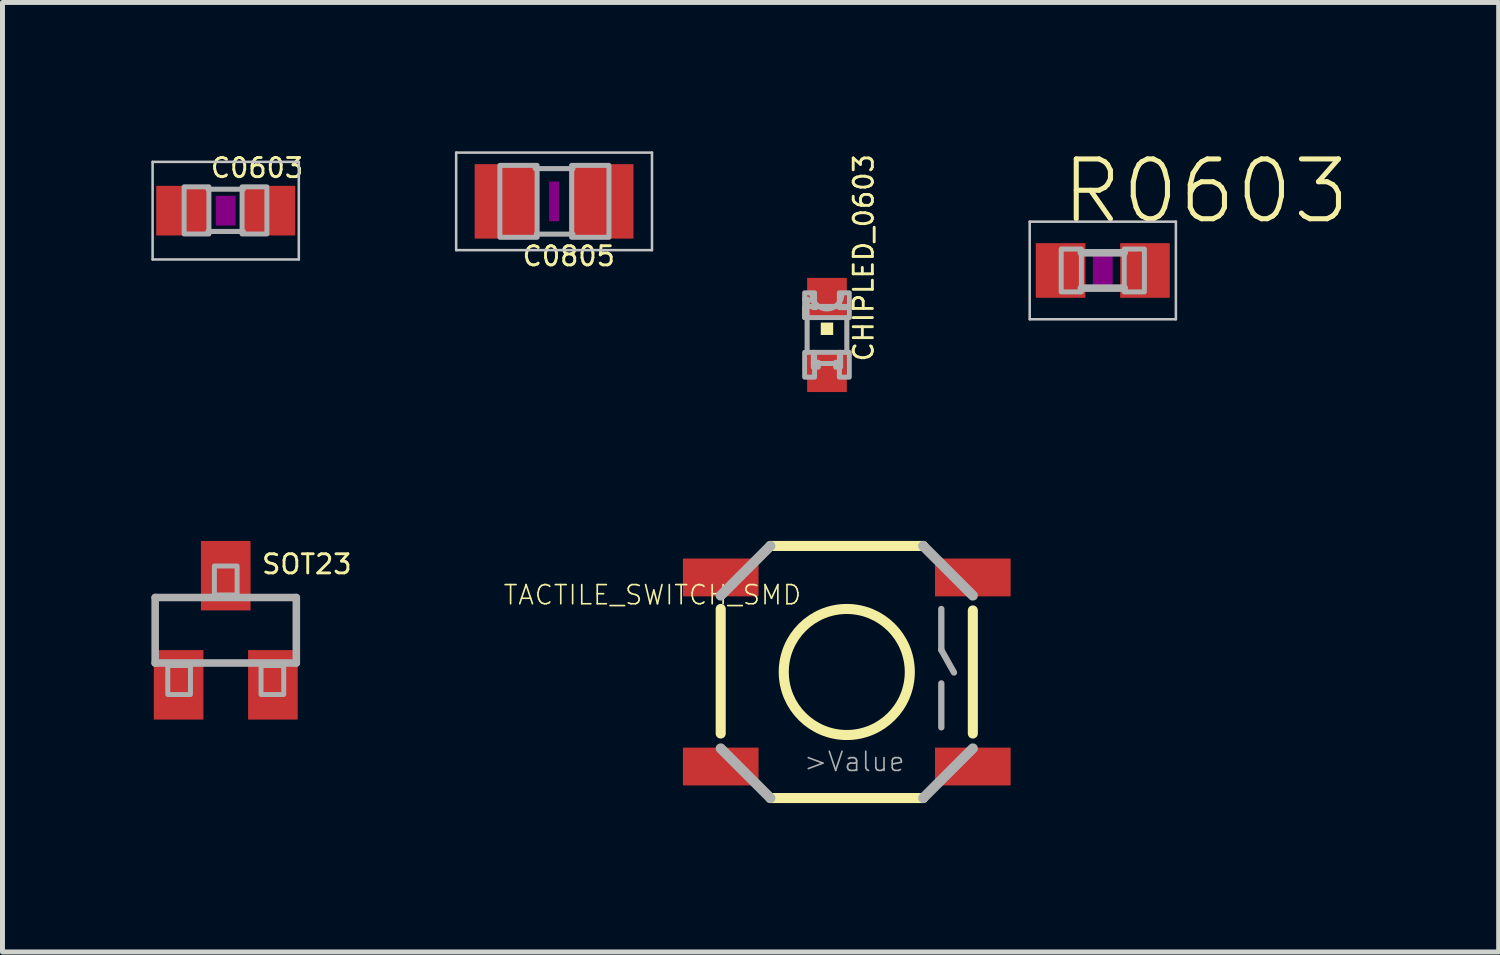
<source format=kicad_pcb>
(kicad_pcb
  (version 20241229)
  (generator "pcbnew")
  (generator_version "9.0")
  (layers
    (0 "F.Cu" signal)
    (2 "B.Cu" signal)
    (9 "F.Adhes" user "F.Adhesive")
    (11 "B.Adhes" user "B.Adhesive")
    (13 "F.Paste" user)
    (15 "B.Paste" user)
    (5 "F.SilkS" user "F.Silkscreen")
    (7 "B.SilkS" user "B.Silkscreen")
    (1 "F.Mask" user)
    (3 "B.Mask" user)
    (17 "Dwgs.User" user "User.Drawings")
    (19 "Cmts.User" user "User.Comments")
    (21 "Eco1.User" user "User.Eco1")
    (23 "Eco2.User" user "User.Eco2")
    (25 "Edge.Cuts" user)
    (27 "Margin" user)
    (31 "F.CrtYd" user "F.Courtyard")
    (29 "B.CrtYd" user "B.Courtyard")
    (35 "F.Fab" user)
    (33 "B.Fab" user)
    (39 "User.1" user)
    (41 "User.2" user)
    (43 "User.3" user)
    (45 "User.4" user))
  (footprint "C0603"
    (layer "F.Cu")
    (at 1.498 1.195)
    (property "Reference" "C0603" (at -0.335 -0.635 0) (layer "F.SilkS") (effects (font (size 0.386 0.386) (thickness 0.058)) (justify left bottom)))
    (attr through_hole)
    (fp_poly (pts (xy -0.2 0.3) (xy 0.2 0.3) (xy 0.2 -0.3) (xy -0.2 -0.3)) (stroke (width 0) (type solid)) (fill yes) (layer "F.Adhes"))
    (fp_line (start -1.473 -0.983) (end 1.473 -0.983) (stroke (width 0.051) (type solid)) (layer "Dwgs.User"))
    (fp_line (start -1.473 0.983) (end -1.473 -0.983) (stroke (width 0.051) (type solid)) (layer "Dwgs.User"))
    (fp_line (start 1.473 -0.983) (end 1.473 0.983) (stroke (width 0.051) (type solid)) (layer "Dwgs.User"))
    (fp_line (start 1.473 0.983) (end -1.473 0.983) (stroke (width 0.051) (type solid)) (layer "Dwgs.User"))
    (fp_line (start -0.356 -0.432) (end 0.356 -0.432) (stroke (width 0.102) (type solid)) (layer "F.Fab"))
    (fp_line (start -0.356 0.419) (end 0.356 0.419) (stroke (width 0.102) (type solid)) (layer "F.Fab"))
    (fp_poly (pts (xy -0.838 0.47) (xy -0.338 0.47) (xy -0.338 -0.48) (xy -0.838 -0.48)) (stroke (width 0.1) (type solid)) (fill no) (layer "F.Fab"))
    (fp_poly (pts (xy 0.33 0.47) (xy 0.83 0.47) (xy 0.83 -0.48) (xy 0.33 -0.48)) (stroke (width 0.1) (type solid)) (fill no) (layer "F.Fab"))
    (pad "1" smd rect (at -0.85 0) (size 1.1 1) (layers "F.Cu" "F.Mask" "F.Paste"))
    (pad "2" smd rect (at 0.85 0) (size 1.1 1) (layers "F.Cu" "F.Mask" "F.Paste")))
  (footprint "R0603"
    (layer "F.Cu")
    (at 19.172 2.4)
    (property "Reference" "R0603" (at -0.889 -0.889 0) (layer "F.SilkS") (effects (font (size 1.206 1.206) (thickness 0.102)) (justify left bottom)))
    (attr through_hole)
    (fp_poly (pts (xy -0.2 0.4) (xy 0.2 0.4) (xy 0.2 -0.4) (xy -0.2 -0.4)) (stroke (width 0) (type solid)) (fill yes) (layer "F.Adhes"))
    (fp_line (start -1.473 -0.983) (end 1.473 -0.983) (stroke (width 0.051) (type solid)) (layer "Dwgs.User"))
    (fp_line (start -1.473 0.983) (end -1.473 -0.983) (stroke (width 0.051) (type solid)) (layer "Dwgs.User"))
    (fp_line (start 1.473 -0.983) (end 1.473 0.983) (stroke (width 0.051) (type solid)) (layer "Dwgs.User"))
    (fp_line (start 1.473 0.983) (end -1.473 0.983) (stroke (width 0.051) (type solid)) (layer "Dwgs.User"))
    (fp_line (start -0.432 0.356) (end 0.432 0.356) (stroke (width 0.152) (type solid)) (layer "F.Fab"))
    (fp_line (start 0.432 -0.356) (end -0.432 -0.356) (stroke (width 0.152) (type solid)) (layer "F.Fab"))
    (fp_poly (pts (xy -0.838 0.432) (xy -0.432 0.432) (xy -0.432 -0.432) (xy -0.838 -0.432)) (stroke (width 0.1) (type solid)) (fill no) (layer "F.Fab"))
    (fp_poly (pts (xy 0.432 0.432) (xy 0.838 0.432) (xy 0.838 -0.432) (xy 0.432 -0.432)) (stroke (width 0.1) (type solid)) (fill no) (layer "F.Fab"))
    (pad "1" smd rect (at -0.85 0) (size 1 1.1) (layers "F.Cu" "F.Mask" "F.Paste"))
    (pad "2" smd rect (at 0.85 0) (size 1 1.1) (layers "F.Cu" "F.Mask" "F.Paste")))
  (footprint "C0805"
    (layer "F.Cu")
    (at 8.115 1.008)
    (property "Reference" "C0805" (at -0.67 1.33 180) (layer "F.SilkS") (effects (font (size 0.386 0.386) (thickness 0.058)) (justify left bottom)))
    (attr through_hole)
    (fp_poly (pts (xy -0.1 0.4) (xy 0.1 0.4) (xy 0.1 -0.4) (xy -0.1 -0.4)) (stroke (width 0) (type solid)) (fill yes) (layer "F.Adhes"))
    (fp_line (start -1.973 -0.983) (end 1.973 -0.983) (stroke (width 0.051) (type solid)) (layer "Dwgs.User"))
    (fp_line (start -1.973 0.983) (end -1.973 -0.983) (stroke (width 0.051) (type solid)) (layer "Dwgs.User"))
    (fp_line (start 1.973 -0.983) (end 1.973 0.983) (stroke (width 0.051) (type solid)) (layer "Dwgs.User"))
    (fp_line (start 1.973 0.983) (end -1.973 0.983) (stroke (width 0.051) (type solid)) (layer "Dwgs.User"))
    (fp_line (start -0.381 -0.66) (end 0.381 -0.66) (stroke (width 0.102) (type solid)) (layer "F.Fab"))
    (fp_line (start -0.356 0.66) (end 0.381 0.66) (stroke (width 0.102) (type solid)) (layer "F.Fab"))
    (fp_poly (pts (xy -1.092 0.724) (xy -0.342 0.724) (xy -0.342 -0.726) (xy -1.092 -0.726)) (stroke (width 0.1) (type solid)) (fill no) (layer "F.Fab"))
    (fp_poly (pts (xy 0.356 0.724) (xy 1.106 0.724) (xy 1.106 -0.726) (xy 0.356 -0.726)) (stroke (width 0.1) (type solid)) (fill no) (layer "F.Fab"))
    (pad "1" smd rect (at -0.95 0) (size 1.3 1.5) (layers "F.Cu" "F.Mask" "F.Paste"))
    (pad "2" smd rect (at 0.95 0) (size 1.3 1.5) (layers "F.Cu" "F.Mask" "F.Paste")))
  (footprint "SOT23"
    (layer "F.Cu")
    (at 1.499 9.65)
    (property "Reference" "SOT23" (at 0.695 -1.105 0) (layer "F.SilkS") (effects (font (size 0.386 0.386) (thickness 0.058)) (justify left bottom)))
    (attr through_hole)
    (fp_line (start -1.422 -0.66) (end 1.422 -0.66) (stroke (width 0.152) (type solid)) (layer "F.Fab"))
    (fp_line (start -1.422 0.66) (end -1.422 -0.66) (stroke (width 0.152) (type solid)) (layer "F.Fab"))
    (fp_line (start 1.422 -0.66) (end 1.422 0.66) (stroke (width 0.152) (type solid)) (layer "F.Fab"))
    (fp_line (start 1.422 0.66) (end -1.422 0.66) (stroke (width 0.152) (type solid)) (layer "F.Fab"))
    (fp_poly (pts (xy -1.168 1.295) (xy -0.711 1.295) (xy -0.711 0.711) (xy -1.168 0.711)) (stroke (width 0.1) (type solid)) (fill no) (layer "F.Fab"))
    (fp_poly (pts (xy -0.229 -0.711) (xy 0.229 -0.711) (xy 0.229 -1.295) (xy -0.229 -1.295)) (stroke (width 0.1) (type solid)) (fill no) (layer "F.Fab"))
    (fp_poly (pts (xy 0.711 1.295) (xy 1.168 1.295) (xy 1.168 0.711) (xy 0.711 0.711)) (stroke (width 0.1) (type solid)) (fill no) (layer "F.Fab"))
    (pad "1" smd rect (at -0.95 1.1) (size 1 1.4) (layers "F.Cu" "F.Mask" "F.Paste"))
    (pad "2" smd rect (at 0.95 1.1) (size 1 1.4) (layers "F.Cu" "F.Mask" "F.Paste"))
    (pad "3" smd rect (at 0 -1.1) (size 1 1.4) (layers "F.Cu" "F.Mask" "F.Paste")))
  (footprint "TACTILE_SWITCH_SMD"
    (layer "F.Cu")
    (at 14.013 10.491)
    (property "Reference" "TACTILE_SWITCH_SMD" (at -0.889 -1.778 0) (layer "F.SilkS") (effects (font (size 0.386 0.386) (thickness 0.033)) (justify right top)))
    (attr through_hole)
    (fp_line (start -2.54 1.24) (end -2.54 -1.27) (stroke (width 0.203) (type solid)) (layer "F.SilkS"))
    (fp_line (start -1.54 -2.54) (end 1.54 -2.54) (stroke (width 0.203) (type solid)) (layer "F.SilkS"))
    (fp_line (start 1.54 2.54) (end -1.54 2.54) (stroke (width 0.203) (type solid)) (layer "F.SilkS"))
    (fp_line (start 2.54 -1.24) (end 2.54 1.24) (stroke (width 0.203) (type solid)) (layer "F.SilkS"))
    (fp_circle (center 0 0) (end 1.27 0) (stroke (width 0.203) (type solid)) (fill no) (layer "F.SilkS"))
    (fp_line (start -2.54 -1.54) (end -1.54 -2.54) (stroke (width 0.203) (type solid)) (layer "F.Fab"))
    (fp_line (start -1.54 2.54) (end -2.54 1.54) (stroke (width 0.203) (type solid)) (layer "F.Fab"))
    (fp_line (start 1.54 -2.54) (end 2.54 -1.54) (stroke (width 0.203) (type solid)) (layer "F.Fab"))
    (fp_line (start 1.905 -1.27) (end 1.905 -0.445) (stroke (width 0.127) (type solid)) (layer "F.Fab"))
    (fp_line (start 1.905 -0.445) (end 2.16 0.01) (stroke (width 0.127) (type solid)) (layer "F.Fab"))
    (fp_line (start 1.905 0.23) (end 1.905 1.115) (stroke (width 0.127) (type solid)) (layer "F.Fab"))
    (fp_line (start 2.54 1.54) (end 1.54 2.54) (stroke (width 0.203) (type solid)) (layer "F.Fab"))
    (fp_text user ">Value" (at -0.889 2.032 0) (layer "F.Fab") (effects (font (size 0.386 0.386) (thickness 0.033)) (justify left bottom)))
    (pad "1" smd rect (at -2.54 -1.905 90) (size 0.762 1.524) (layers "F.Cu" "F.Mask" "F.Paste"))
    (pad "2" smd rect (at 2.54 -1.905 90) (size 0.762 1.524) (layers "F.Cu" "F.Mask" "F.Paste"))
    (pad "3" smd rect (at -2.54 1.905 90) (size 0.762 1.524) (layers "F.Cu" "F.Mask" "F.Paste"))
    (pad "4" smd rect (at 2.54 1.905 90) (size 0.762 1.524) (layers "F.Cu" "F.Mask" "F.Paste")))
  (footprint "CHIPLED_0603"
    (layer "F.Cu")
    (at 13.614 3.7)
    (property "Reference" "CHIPLED_0603" (at 0.965 0.57 270) (layer "F.SilkS") (effects (font (size 0.386 0.386) (thickness 0.058)) (justify left bottom)))
    (attr through_hole)
    (fp_poly (pts (xy -0.125 0) (xy 0.125 0) (xy 0.125 -0.25) (xy -0.125 -0.25)) (stroke (width 0) (type solid)) (fill yes) (layer "F.SilkS"))
    (fp_line (start -0.4 -0.375) (end -0.4 0.35) (stroke (width 0.102) (type solid)) (layer "F.Fab"))
    (fp_line (start 0.4 -0.35) (end 0.4 0.35) (stroke (width 0.102) (type solid)) (layer "F.Fab"))
    (fp_arc (start -0.275 0.825) (mid 0 0.55) (end 0.275 0.825) (stroke (width 0.0508) (type solid)) (layer "F.Fab"))
    (fp_arc (start 0.3 -0.799998) (mid -0.000001 -0.524966) (end -0.3 -0.8) (stroke (width 0.1016) (type solid)) (layer "F.Fab"))
    (fp_circle (center -0.35 -0.625) (end -0.275 -0.625) (stroke (width 0.051) (type solid)) (fill no) (layer "F.Fab"))
    (fp_poly (pts (xy -0.45 -0.7) (xy -0.25 -0.7) (xy -0.25 -0.85) (xy -0.45 -0.85)) (stroke (width 0.1) (type solid)) (fill no) (layer "F.Fab"))
    (fp_poly (pts (xy -0.45 -0.35) (xy -0.4 -0.35) (xy -0.4 -0.725) (xy -0.45 -0.725)) (stroke (width 0.1) (type solid)) (fill no) (layer "F.Fab"))
    (fp_poly (pts (xy -0.45 -0.35) (xy 0.45 -0.35) (xy 0.45 -0.575) (xy -0.45 -0.575)) (stroke (width 0.1) (type solid)) (fill no) (layer "F.Fab"))
    (fp_poly (pts (xy -0.45 0.85) (xy -0.25 0.85) (xy -0.25 0.35) (xy -0.45 0.35)) (stroke (width 0.1) (type solid)) (fill no) (layer "F.Fab"))
    (fp_poly (pts (xy -0.275 -0.55) (xy -0.225 -0.55) (xy -0.225 -0.6) (xy -0.275 -0.6)) (stroke (width 0.1) (type solid)) (fill no) (layer "F.Fab"))
    (fp_poly (pts (xy -0.275 0.575) (xy 0.275 0.575) (xy 0.275 0.35) (xy -0.275 0.35)) (stroke (width 0.1) (type solid)) (fill no) (layer "F.Fab"))
    (fp_poly (pts (xy -0.275 0.65) (xy -0.175 0.65) (xy -0.175 0.55) (xy -0.275 0.55)) (stroke (width 0.1) (type solid)) (fill no) (layer "F.Fab"))
    (fp_poly (pts (xy 0.175 0.65) (xy 0.275 0.65) (xy 0.275 0.55) (xy 0.175 0.55)) (stroke (width 0.1) (type solid)) (fill no) (layer "F.Fab"))
    (fp_poly (pts (xy 0.25 -0.55) (xy 0.45 -0.55) (xy 0.45 -0.85) (xy 0.25 -0.85)) (stroke (width 0.1) (type solid)) (fill no) (layer "F.Fab"))
    (fp_poly (pts (xy 0.25 0.85) (xy 0.45 0.85) (xy 0.45 0.35) (xy 0.25 0.35)) (stroke (width 0.1) (type solid)) (fill no) (layer "F.Fab"))
    (pad "A" smd rect (at 0 0.75) (size 0.8 0.8) (layers "F.Cu" "F.Mask" "F.Paste"))
    (pad "C" smd rect (at 0 -0.75) (size 0.8 0.8) (layers "F.Cu" "F.Mask" "F.Paste")))
  (gr_rect
    (start -3 -3)
    (end 27.149 16.133)
    (stroke (width 0.1) (type default))
    (fill no)
    (layer "Edge.Cuts")))
</source>
